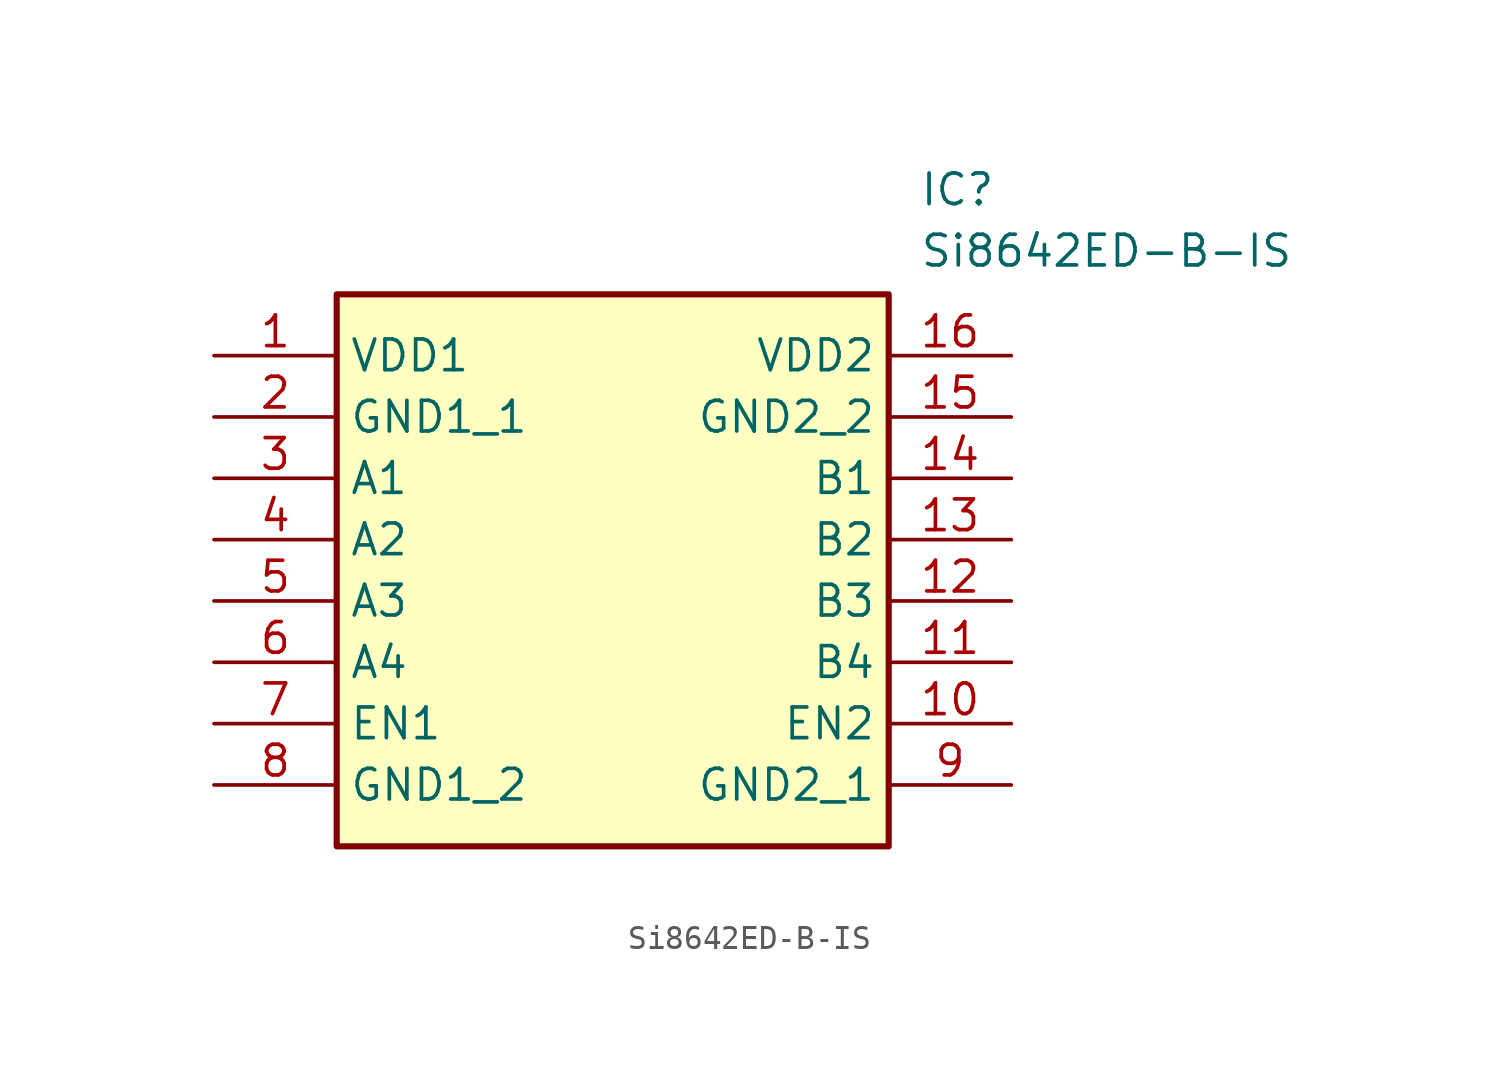
<source format=kicad_sym>
(kicad_symbol_lib
  (version 20211014)
  (generator SamacSys_ECAD_Model)
  (symbol "Si8642ED-B-IS"
    (property "Reference" "IC"
      (at 29.21 7.62 0)
      (effects (font (size 1.27 1.27)) (justify left top)))
    (property "Value" "Si8642ED-B-IS"
      (at 29.21 5.08 0)
      (effects (font (size 1.27 1.27)) (justify left top)))
    (rectangle
      (start 5.08 2.54)
      (end 27.94 -20.32)
      (stroke (width 0.254) (type default))
      (fill (type background)))
    (pin passive line
      (at 0 0 0)
      (length 5.08)
      (name "VDD1" (effects (font (size 1.27 1.27))))
      (number "1" (effects (font (size 1.27 1.27)))))
    (pin passive line
      (at 0 -2.54 0)
      (length 5.08)
      (name "GND1_1" (effects (font (size 1.27 1.27))))
      (number "2" (effects (font (size 1.27 1.27)))))
    (pin passive line
      (at 0 -5.08 0)
      (length 5.08)
      (name "A1" (effects (font (size 1.27 1.27))))
      (number "3" (effects (font (size 1.27 1.27)))))
    (pin passive line
      (at 0 -7.62 0)
      (length 5.08)
      (name "A2" (effects (font (size 1.27 1.27))))
      (number "4" (effects (font (size 1.27 1.27)))))
    (pin passive line
      (at 0 -10.16 0)
      (length 5.08)
      (name "A3" (effects (font (size 1.27 1.27))))
      (number "5" (effects (font (size 1.27 1.27)))))
    (pin passive line
      (at 0 -12.7 0)
      (length 5.08)
      (name "A4" (effects (font (size 1.27 1.27))))
      (number "6" (effects (font (size 1.27 1.27)))))
    (pin passive line
      (at 0 -15.24 0)
      (length 5.08)
      (name "EN1" (effects (font (size 1.27 1.27))))
      (number "7" (effects (font (size 1.27 1.27)))))
    (pin passive line
      (at 0 -17.78 0)
      (length 5.08)
      (name "GND1_2" (effects (font (size 1.27 1.27))))
      (number "8" (effects (font (size 1.27 1.27)))))
    (pin passive line
      (at 33.02 0 180)
      (length 5.08)
      (name "VDD2" (effects (font (size 1.27 1.27))))
      (number "16" (effects (font (size 1.27 1.27)))))
    (pin passive line
      (at 33.02 -2.54 180)
      (length 5.08)
      (name "GND2_2" (effects (font (size 1.27 1.27))))
      (number "15" (effects (font (size 1.27 1.27)))))
    (pin passive line
      (at 33.02 -5.08 180)
      (length 5.08)
      (name "B1" (effects (font (size 1.27 1.27))))
      (number "14" (effects (font (size 1.27 1.27)))))
    (pin passive line
      (at 33.02 -7.62 180)
      (length 5.08)
      (name "B2" (effects (font (size 1.27 1.27))))
      (number "13" (effects (font (size 1.27 1.27)))))
    (pin passive line
      (at 33.02 -10.16 180)
      (length 5.08)
      (name "B3" (effects (font (size 1.27 1.27))))
      (number "12" (effects (font (size 1.27 1.27)))))
    (pin passive line
      (at 33.02 -12.7 180)
      (length 5.08)
      (name "B4" (effects (font (size 1.27 1.27))))
      (number "11" (effects (font (size 1.27 1.27)))))
    (pin passive line
      (at 33.02 -15.24 180)
      (length 5.08)
      (name "EN2" (effects (font (size 1.27 1.27))))
      (number "10" (effects (font (size 1.27 1.27)))))
    (pin passive line
      (at 33.02 -17.78 180)
      (length 5.08)
      (name "GND2_1" (effects (font (size 1.27 1.27))))
      (number "9" (effects (font (size 1.27 1.27)))))))
</source>
